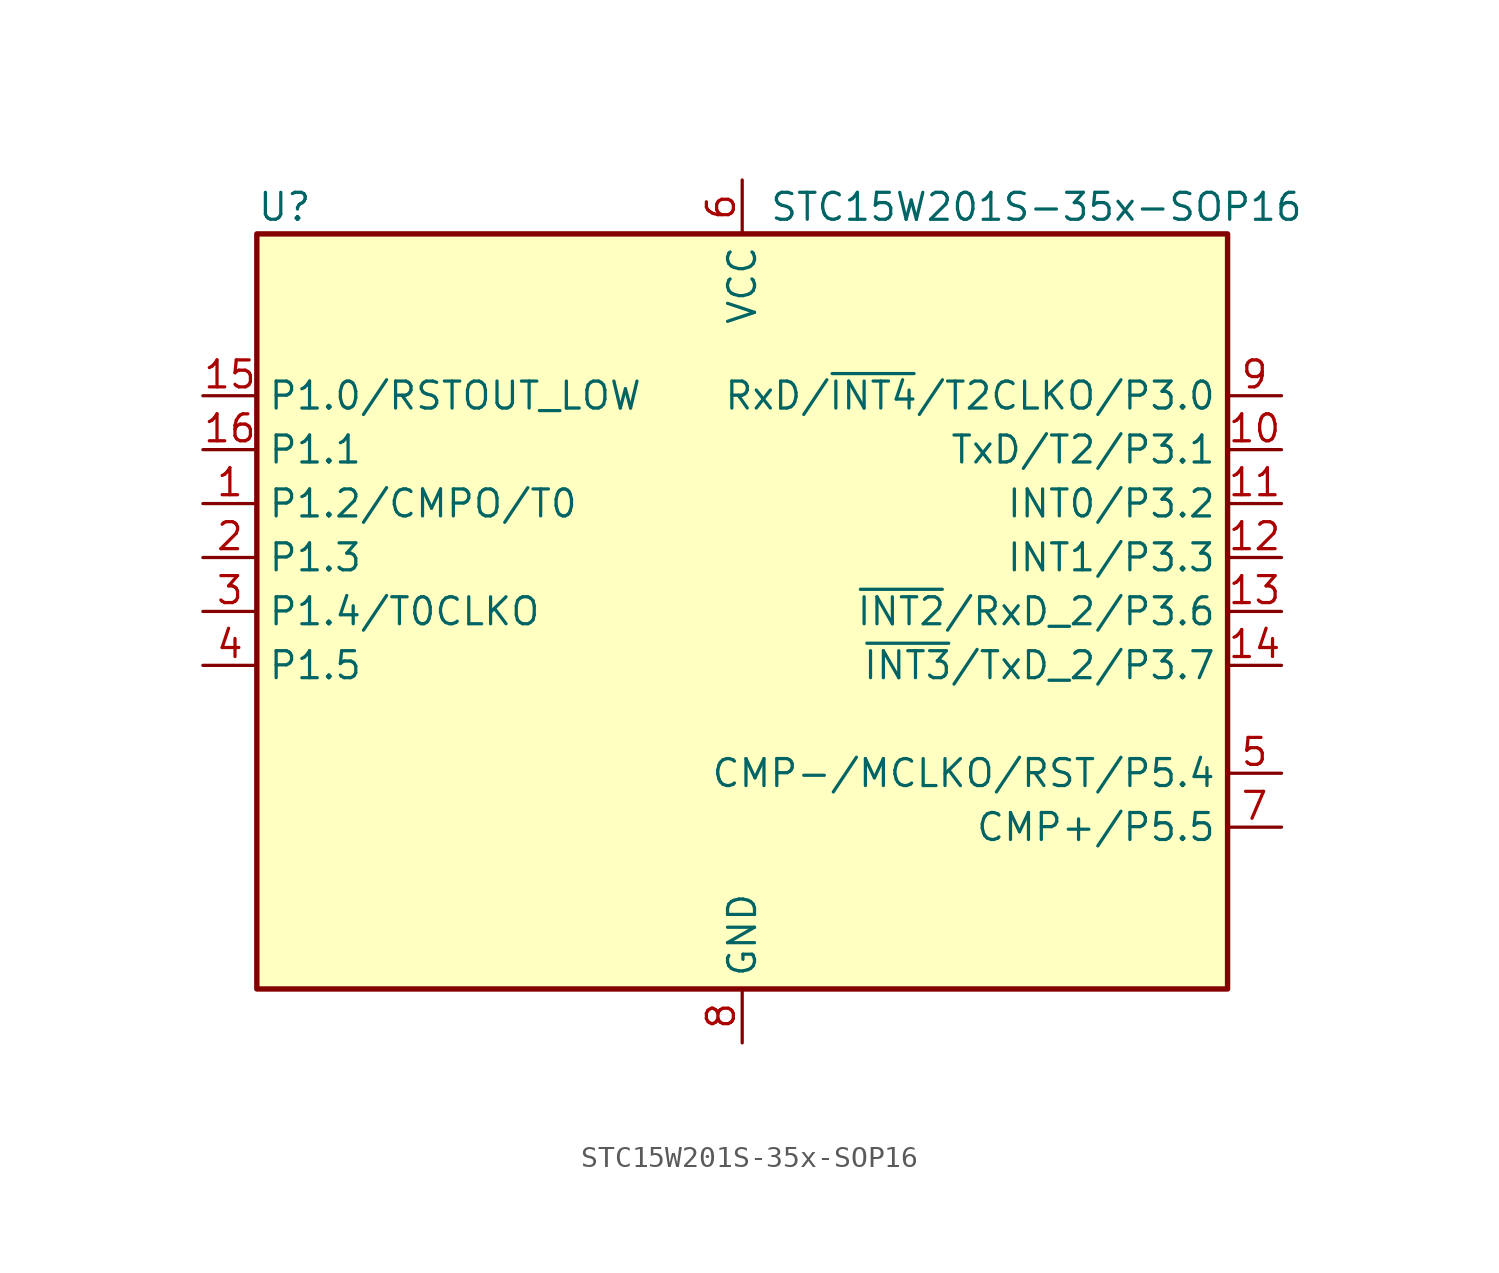
<source format=kicad_sym>
(kicad_symbol_lib
  (version 20211014)
  (generator kicad_symbol_editor)
  (symbol "STC15W201S-35x-SOP16"
    (property "Reference" "U"
      (at -22.86 19.05 0)
      (effects (font (size 1.27 1.27)) (justify left)))
    (property "Value" "STC15W201S-35x-SOP16"
      (at 1.27 19.05 0)
      (effects (font (size 1.27 1.27)) (justify left)))
    (symbol "STC15W201S-35x-SOP16_0_1"
      (rectangle (start -22.86 17.78) (end 22.86 -17.78) (stroke (width 0.254) (type default) (color 0 0 0 0)) (fill (type background))))
    (symbol "STC15W201S-35x-SOP16_1_1"
      (pin bidirectional line (at -25.4 5.08 0) (length 2.54) (name "P1.2/CMPO/T0" (effects (font (size 1.27 1.27)))) (number "1" (effects (font (size 1.27 1.27)))))
      (pin bidirectional line (at 25.4 7.62 180) (length 2.54) (name "TxD/T2/P3.1" (effects (font (size 1.27 1.27)))) (number "10" (effects (font (size 1.27 1.27)))))
      (pin bidirectional line (at 25.4 5.08 180) (length 2.54) (name "INT0/P3.2" (effects (font (size 1.27 1.27)))) (number "11" (effects (font (size 1.27 1.27)))))
      (pin bidirectional line (at 25.4 2.54 180) (length 2.54) (name "INT1/P3.3" (effects (font (size 1.27 1.27)))) (number "12" (effects (font (size 1.27 1.27)))))
      (pin bidirectional line (at 25.4 0 180) (length 2.54) (name "~{INT2}/RxD_2/P3.6" (effects (font (size 1.27 1.27)))) (number "13" (effects (font (size 1.27 1.27)))))
      (pin bidirectional line (at 25.4 -2.54 180) (length 2.54) (name "~{INT3}/TxD_2/P3.7" (effects (font (size 1.27 1.27)))) (number "14" (effects (font (size 1.27 1.27)))))
      (pin bidirectional line (at -25.4 10.16 0) (length 2.54) (name "P1.0/RSTOUT_LOW" (effects (font (size 1.27 1.27)))) (number "15" (effects (font (size 1.27 1.27)))))
      (pin bidirectional line (at -25.4 7.62 0) (length 2.54) (name "P1.1" (effects (font (size 1.27 1.27)))) (number "16" (effects (font (size 1.27 1.27)))))
      (pin bidirectional line (at -25.4 2.54 0) (length 2.54) (name "P1.3" (effects (font (size 1.27 1.27)))) (number "2" (effects (font (size 1.27 1.27)))))
      (pin bidirectional line (at -25.4 0 0) (length 2.54) (name "P1.4/T0CLKO" (effects (font (size 1.27 1.27)))) (number "3" (effects (font (size 1.27 1.27)))))
      (pin bidirectional line (at -25.4 -2.54 0) (length 2.54) (name "P1.5" (effects (font (size 1.27 1.27)))) (number "4" (effects (font (size 1.27 1.27)))))
      (pin bidirectional line (at 25.4 -7.62 180) (length 2.54) (name "CMP-/MCLKO/RST/P5.4" (effects (font (size 1.27 1.27)))) (number "5" (effects (font (size 1.27 1.27)))))
      (pin power_in line (at 0 20.32 270) (length 2.54) (name "VCC" (effects (font (size 1.27 1.27)))) (number "6" (effects (font (size 1.27 1.27)))))
      (pin bidirectional line (at 25.4 -10.16 180) (length 2.54) (name "CMP+/P5.5" (effects (font (size 1.27 1.27)))) (number "7" (effects (font (size 1.27 1.27)))))
      (pin power_in line (at 0 -20.32 90) (length 2.54) (name "GND" (effects (font (size 1.27 1.27)))) (number "8" (effects (font (size 1.27 1.27)))))
      (pin bidirectional line (at 25.4 10.16 180) (length 2.54) (name "RxD/~{INT4}/T2CLKO/P3.0" (effects (font (size 1.27 1.27)))) (number "9" (effects (font (size 1.27 1.27))))))))
</source>
